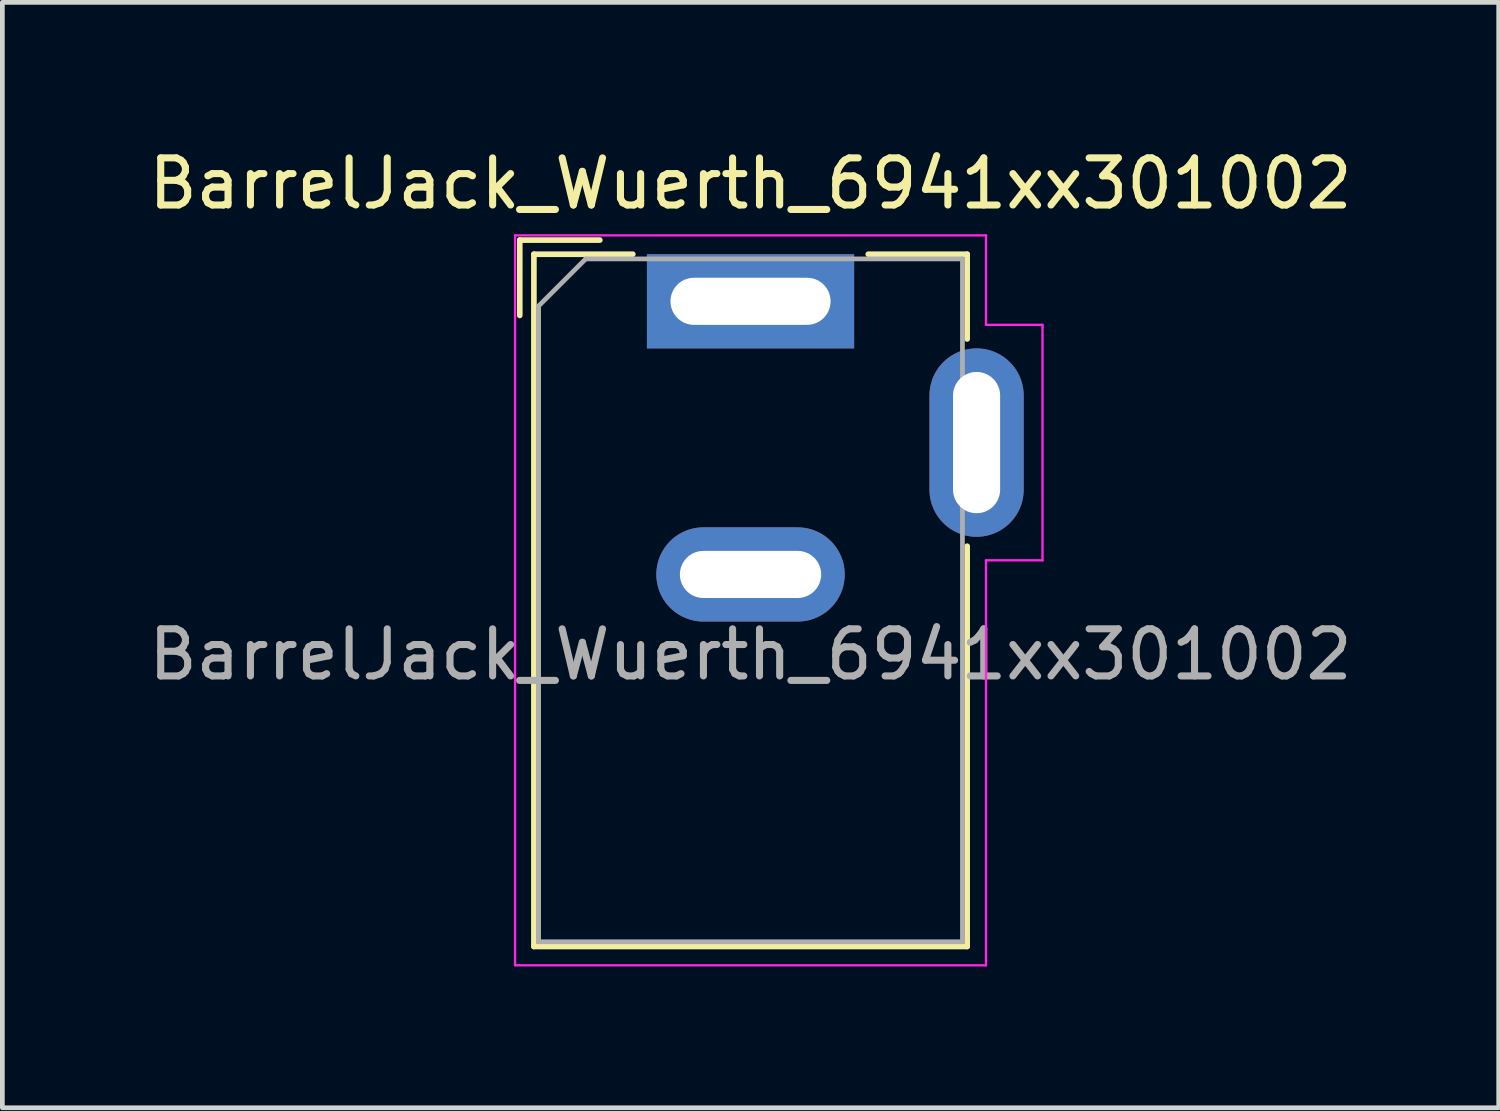
<source format=kicad_pcb>
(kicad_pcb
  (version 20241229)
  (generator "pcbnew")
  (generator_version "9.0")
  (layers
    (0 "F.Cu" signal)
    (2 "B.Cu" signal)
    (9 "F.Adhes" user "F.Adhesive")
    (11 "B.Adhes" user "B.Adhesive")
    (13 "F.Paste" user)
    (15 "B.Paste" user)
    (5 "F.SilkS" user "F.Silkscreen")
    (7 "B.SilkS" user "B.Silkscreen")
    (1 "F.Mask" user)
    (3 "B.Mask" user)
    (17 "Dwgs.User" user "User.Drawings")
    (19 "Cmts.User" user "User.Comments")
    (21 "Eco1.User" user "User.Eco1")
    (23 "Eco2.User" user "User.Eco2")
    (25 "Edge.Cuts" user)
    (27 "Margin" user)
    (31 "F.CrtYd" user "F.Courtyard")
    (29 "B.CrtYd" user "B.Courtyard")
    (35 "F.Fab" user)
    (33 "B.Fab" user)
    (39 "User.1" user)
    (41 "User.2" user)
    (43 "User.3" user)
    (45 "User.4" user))
  (footprint "BarrelJack_Wuerth_6941xx301002"
    (layer "F.Cu")
    (at 12.887 3.348)
    (property "Reference" "BarrelJack_Wuerth_6941xx301002" (at 0 -2.5 0) (layer "F.SilkS") (effects (font (size 1 1) (thickness 0.15))))
    (attr through_hole)
    (fp_line (start -4.9 -1.3) (end -4.9 0.3) (stroke (width 0.12) (type solid)) (layer "F.SilkS"))
    (fp_line (start -4.6 -1) (end -2.5 -1) (stroke (width 0.12) (type solid)) (layer "F.SilkS"))
    (fp_line (start -4.6 13.7) (end -4.6 -1) (stroke (width 0.12) (type solid)) (layer "F.SilkS"))
    (fp_line (start -3.2 -1.3) (end -4.9 -1.3) (stroke (width 0.12) (type solid)) (layer "F.SilkS"))
    (fp_line (start 2.5 -1) (end 4.6 -1) (stroke (width 0.12) (type solid)) (layer "F.SilkS"))
    (fp_line (start 4.6 -1) (end 4.6 0.8) (stroke (width 0.12) (type solid)) (layer "F.SilkS"))
    (fp_line (start 4.6 5.2) (end 4.6 13.7) (stroke (width 0.12) (type solid)) (layer "F.SilkS"))
    (fp_line (start 4.6 13.7) (end -4.6 13.7) (stroke (width 0.12) (type solid)) (layer "F.SilkS"))
    (fp_line (start -5 -1.4) (end -5 14.1) (stroke (width 0.05) (type solid)) (layer "F.CrtYd"))
    (fp_line (start -5 14.1) (end 5 14.1) (stroke (width 0.05) (type solid)) (layer "F.CrtYd"))
    (fp_line (start 5 -1.4) (end -5 -1.4) (stroke (width 0.05) (type solid)) (layer "F.CrtYd"))
    (fp_line (start 5 0.5) (end 5 -1.4) (stroke (width 0.05) (type solid)) (layer "F.CrtYd"))
    (fp_line (start 5 14.1) (end 5 5.5) (stroke (width 0.05) (type solid)) (layer "F.CrtYd"))
    (fp_line (start 6.2 0.5) (end 5 0.5) (stroke (width 0.05) (type solid)) (layer "F.CrtYd"))
    (fp_line (start 6.2 0.5) (end 6.2 5.5) (stroke (width 0.05) (type solid)) (layer "F.CrtYd"))
    (fp_line (start 6.2 5.5) (end 5 5.5) (stroke (width 0.05) (type solid)) (layer "F.CrtYd"))
    (fp_line (start -4.5 0.1) (end -3.5 -0.9) (stroke (width 0.1) (type solid)) (layer "F.Fab"))
    (fp_line (start -4.5 13.6) (end -4.5 0.1) (stroke (width 0.1) (type solid)) (layer "F.Fab"))
    (fp_line (start 4.5 -0.9) (end -3.5 -0.9) (stroke (width 0.1) (type solid)) (layer "F.Fab"))
    (fp_line (start 4.5 -0.9) (end 4.5 13.6) (stroke (width 0.1) (type solid)) (layer "F.Fab"))
    (fp_line (start 4.5 13.6) (end -4.5 13.6) (stroke (width 0.1) (type solid)) (layer "F.Fab"))
    (fp_text user "${REFERENCE}" (at 0 7.5 0) (layer "F.Fab") (effects (font (size 1 1) (thickness 0.15))))
    (pad "1" thru_hole rect (at 0 0) (size 4.4 2) (drill oval 3.4 1) (layers "*.Cu" "*.Mask"))
    (pad "2" thru_hole oval (at 0 5.8) (size 4 2) (drill oval 3 1) (layers "*.Cu" "*.Mask"))
    (pad "3" thru_hole oval (at 4.8 3 90) (size 4 2) (drill oval 3 1) (layers "*.Cu" "*.Mask")))
  (gr_rect
    (start -3 -3)
    (end 28.774 20.473)
    (stroke (width 0.1) (type default))
    (fill no)
    (layer "Edge.Cuts")))
</source>
